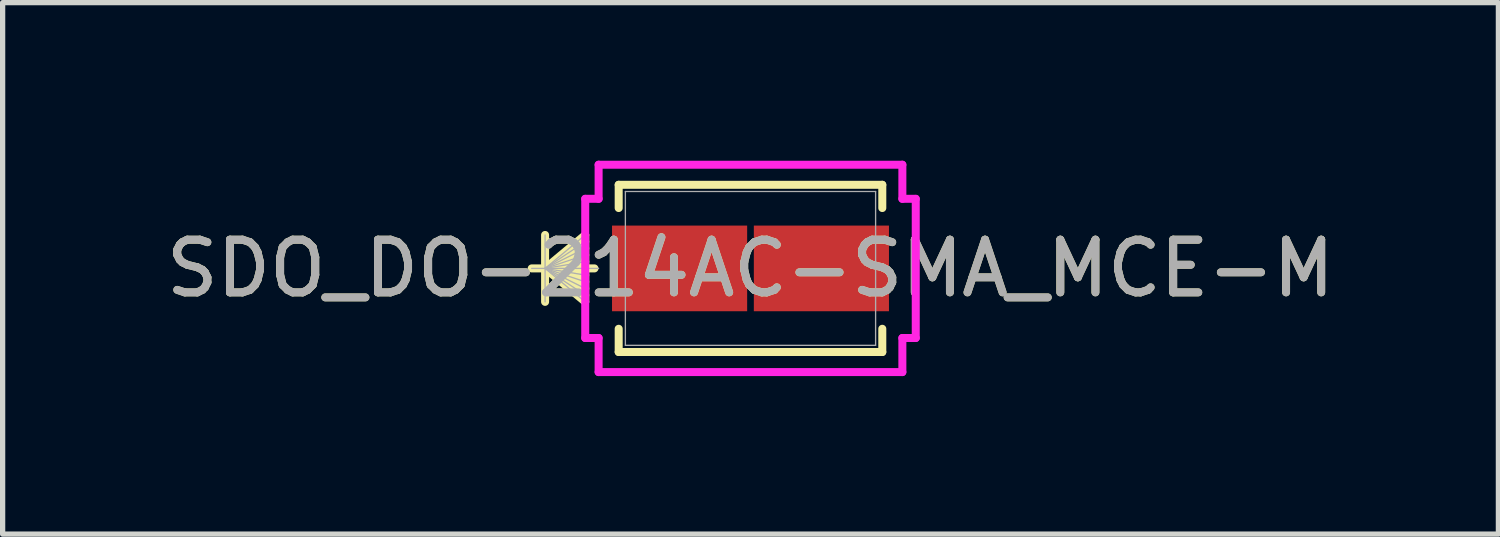
<source format=kicad_pcb>
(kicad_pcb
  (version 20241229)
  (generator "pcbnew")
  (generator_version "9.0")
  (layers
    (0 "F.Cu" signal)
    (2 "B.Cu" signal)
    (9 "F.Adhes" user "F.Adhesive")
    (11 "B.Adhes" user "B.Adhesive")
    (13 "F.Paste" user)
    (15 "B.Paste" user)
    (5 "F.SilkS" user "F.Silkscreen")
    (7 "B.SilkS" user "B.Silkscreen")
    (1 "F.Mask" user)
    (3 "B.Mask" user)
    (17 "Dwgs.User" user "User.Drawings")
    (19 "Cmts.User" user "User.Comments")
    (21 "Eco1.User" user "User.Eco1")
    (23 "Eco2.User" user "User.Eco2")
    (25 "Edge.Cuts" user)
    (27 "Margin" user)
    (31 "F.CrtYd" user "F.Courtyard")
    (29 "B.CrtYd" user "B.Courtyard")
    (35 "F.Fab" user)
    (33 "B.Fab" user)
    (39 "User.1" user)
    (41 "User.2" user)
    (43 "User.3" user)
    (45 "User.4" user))
  (footprint "SDO_DO-214AC-SMA_MCE-M"
    (layer "F.Cu")
    (at 11.196 2.045)
    (property "Reference" "SDO_DO-214AC-SMA_MCE-M" (at 0 0 0) (unlocked yes) (layer "F.SilkS") (effects (font (size 1 1) (thickness 0.15))))
    (attr smd)
    (fp_line (start -3.899 -0.635) (end -3.899 0.635) (stroke (width 0.152) (type solid)) (layer "F.SilkS"))
    (fp_line (start -3.899 0) (end -3.137 -0.635) (stroke (width 0.152) (type solid)) (layer "F.SilkS"))
    (fp_line (start -3.899 0) (end -3.137 -0.508) (stroke (width 0.152) (type solid)) (layer "F.SilkS"))
    (fp_line (start -3.899 0) (end -3.137 -0.381) (stroke (width 0.152) (type solid)) (layer "F.SilkS"))
    (fp_line (start -3.899 0) (end -3.137 -0.254) (stroke (width 0.152) (type solid)) (layer "F.SilkS"))
    (fp_line (start -3.899 0) (end -3.137 -0.127) (stroke (width 0.152) (type solid)) (layer "F.SilkS"))
    (fp_line (start -3.899 0) (end -3.137 0.127) (stroke (width 0.152) (type solid)) (layer "F.SilkS"))
    (fp_line (start -3.899 0) (end -3.137 0.254) (stroke (width 0.152) (type solid)) (layer "F.SilkS"))
    (fp_line (start -3.899 0) (end -3.137 0.381) (stroke (width 0.152) (type solid)) (layer "F.SilkS"))
    (fp_line (start -3.899 0) (end -3.137 0.508) (stroke (width 0.152) (type solid)) (layer "F.SilkS"))
    (fp_line (start -3.899 0) (end -3.137 0.635) (stroke (width 0.152) (type solid)) (layer "F.SilkS"))
    (fp_line (start -3.137 -0.635) (end -3.137 0.635) (stroke (width 0.152) (type solid)) (layer "F.SilkS"))
    (fp_line (start -2.962 0) (end -4.153 0) (stroke (width 0.152) (type solid)) (layer "F.SilkS"))
    (fp_line (start -2.502 -1.587) (end -2.502 -1.146) (stroke (width 0.152) (type solid)) (layer "F.SilkS"))
    (fp_line (start -2.502 1.146) (end -2.502 1.587) (stroke (width 0.152) (type solid)) (layer "F.SilkS"))
    (fp_line (start -2.502 1.587) (end 2.502 1.587) (stroke (width 0.152) (type solid)) (layer "F.SilkS"))
    (fp_line (start 2.502 -1.587) (end -2.502 -1.587) (stroke (width 0.152) (type solid)) (layer "F.SilkS"))
    (fp_line (start 2.502 -1.146) (end 2.502 -1.587) (stroke (width 0.152) (type solid)) (layer "F.SilkS"))
    (fp_line (start 2.502 1.587) (end 2.502 1.146) (stroke (width 0.152) (type solid)) (layer "F.SilkS"))
    (fp_line (start -3.137 -1.321) (end -2.883 -1.321) (stroke (width 0.152) (type solid)) (layer "F.CrtYd"))
    (fp_line (start -3.137 1.321) (end -3.137 -1.321) (stroke (width 0.152) (type solid)) (layer "F.CrtYd"))
    (fp_line (start -2.883 -1.968) (end 2.883 -1.968) (stroke (width 0.152) (type solid)) (layer "F.CrtYd"))
    (fp_line (start -2.883 -1.321) (end -2.883 -1.968) (stroke (width 0.152) (type solid)) (layer "F.CrtYd"))
    (fp_line (start -2.883 1.321) (end -3.137 1.321) (stroke (width 0.152) (type solid)) (layer "F.CrtYd"))
    (fp_line (start -2.883 1.968) (end -2.883 1.321) (stroke (width 0.152) (type solid)) (layer "F.CrtYd"))
    (fp_line (start 2.883 -1.968) (end 2.883 -1.321) (stroke (width 0.152) (type solid)) (layer "F.CrtYd"))
    (fp_line (start 2.883 -1.321) (end 3.137 -1.321) (stroke (width 0.152) (type solid)) (layer "F.CrtYd"))
    (fp_line (start 2.883 1.321) (end 2.883 1.968) (stroke (width 0.152) (type solid)) (layer "F.CrtYd"))
    (fp_line (start 2.883 1.968) (end -2.883 1.968) (stroke (width 0.152) (type solid)) (layer "F.CrtYd"))
    (fp_line (start 3.137 -1.321) (end 3.137 1.321) (stroke (width 0.152) (type solid)) (layer "F.CrtYd"))
    (fp_line (start 3.137 1.321) (end 2.883 1.321) (stroke (width 0.152) (type solid)) (layer "F.CrtYd"))
    (fp_line (start -3.899 -0.635) (end -3.899 0.635) (stroke (width 0.025) (type solid)) (layer "F.Fab"))
    (fp_line (start -3.899 0) (end -3.137 -0.635) (stroke (width 0.025) (type solid)) (layer "F.Fab"))
    (fp_line (start -3.899 0) (end -3.137 -0.508) (stroke (width 0.025) (type solid)) (layer "F.Fab"))
    (fp_line (start -3.899 0) (end -3.137 -0.381) (stroke (width 0.025) (type solid)) (layer "F.Fab"))
    (fp_line (start -3.899 0) (end -3.137 -0.254) (stroke (width 0.025) (type solid)) (layer "F.Fab"))
    (fp_line (start -3.899 0) (end -3.137 -0.127) (stroke (width 0.025) (type solid)) (layer "F.Fab"))
    (fp_line (start -3.899 0) (end -3.137 0.127) (stroke (width 0.025) (type solid)) (layer "F.Fab"))
    (fp_line (start -3.899 0) (end -3.137 0.254) (stroke (width 0.025) (type solid)) (layer "F.Fab"))
    (fp_line (start -3.899 0) (end -3.137 0.381) (stroke (width 0.025) (type solid)) (layer "F.Fab"))
    (fp_line (start -3.899 0) (end -3.137 0.508) (stroke (width 0.025) (type solid)) (layer "F.Fab"))
    (fp_line (start -3.899 0) (end -3.137 0.635) (stroke (width 0.025) (type solid)) (layer "F.Fab"))
    (fp_line (start -3.137 -0.635) (end -3.137 0.635) (stroke (width 0.025) (type solid)) (layer "F.Fab"))
    (fp_line (start -2.883 0) (end -4.153 0) (stroke (width 0.025) (type solid)) (layer "F.Fab"))
    (fp_line (start -2.375 -1.46) (end -2.375 1.46) (stroke (width 0.025) (type solid)) (layer "F.Fab"))
    (fp_line (start -2.375 1.46) (end 2.375 1.46) (stroke (width 0.025) (type solid)) (layer "F.Fab"))
    (fp_line (start 2.375 -1.46) (end -2.375 -1.46) (stroke (width 0.025) (type solid)) (layer "F.Fab"))
    (fp_line (start 2.375 1.46) (end 2.375 -1.46) (stroke (width 0.025) (type solid)) (layer "F.Fab"))
    (fp_text user "${REFERENCE}" (at 0 0 0) (unlocked yes) (layer "F.Fab") (effects (font (size 1 1) (thickness 0.15))))
    (pad "1" smd rect (at -1.346 0 90) (size 1.626 2.565) (layers "F.Cu" "F.Mask" "F.Paste"))
    (pad "2" smd rect (at 1.346 0 90) (size 1.626 2.565) (layers "F.Cu" "F.Mask" "F.Paste"))
    (zone (net_name "") (layer "F.Cu") (hatch full 0.508) (connect_pads) (min_thickness 0.254) (filled_areas_thickness no) (keepout (tracks not_allowed) (vias not_allowed) (pads allowed) (copperpour not_allowed) (footprints allowed)) (placement (enabled no)) (fill) (polygon (pts (xy 8.872 0.635) (xy 13.521 0.635) (xy 13.521 1.181) (xy 8.872 1.181))))
    (zone (net_name "") (layer "F.Cu") (hatch full 0.508) (connect_pads) (min_thickness 0.254) (filled_areas_thickness no) (keepout (tracks not_allowed) (vias not_allowed) (pads allowed) (copperpour not_allowed) (footprints allowed)) (placement (enabled no)) (fill) (polygon (pts (xy 8.872 2.908) (xy 13.521 2.908) (xy 13.521 3.454) (xy 8.872 3.454))))
    (zone (net_name "") (layer "F.Cu") (hatch full 0.508) (connect_pads) (min_thickness 0.254) (filled_areas_thickness no) (keepout (tracks not_allowed) (vias not_allowed) (pads allowed) (copperpour not_allowed) (footprints allowed)) (placement (enabled no)) (fill) (polygon (pts (xy 11.184 1.181) (xy 11.209 1.181) (xy 11.209 2.908) (xy 11.184 2.908)))))
  (gr_rect
    (start -3 -3)
    (end 25.393 7.089)
    (stroke (width 0.1) (type default))
    (fill no)
    (layer "Edge.Cuts")))
</source>
